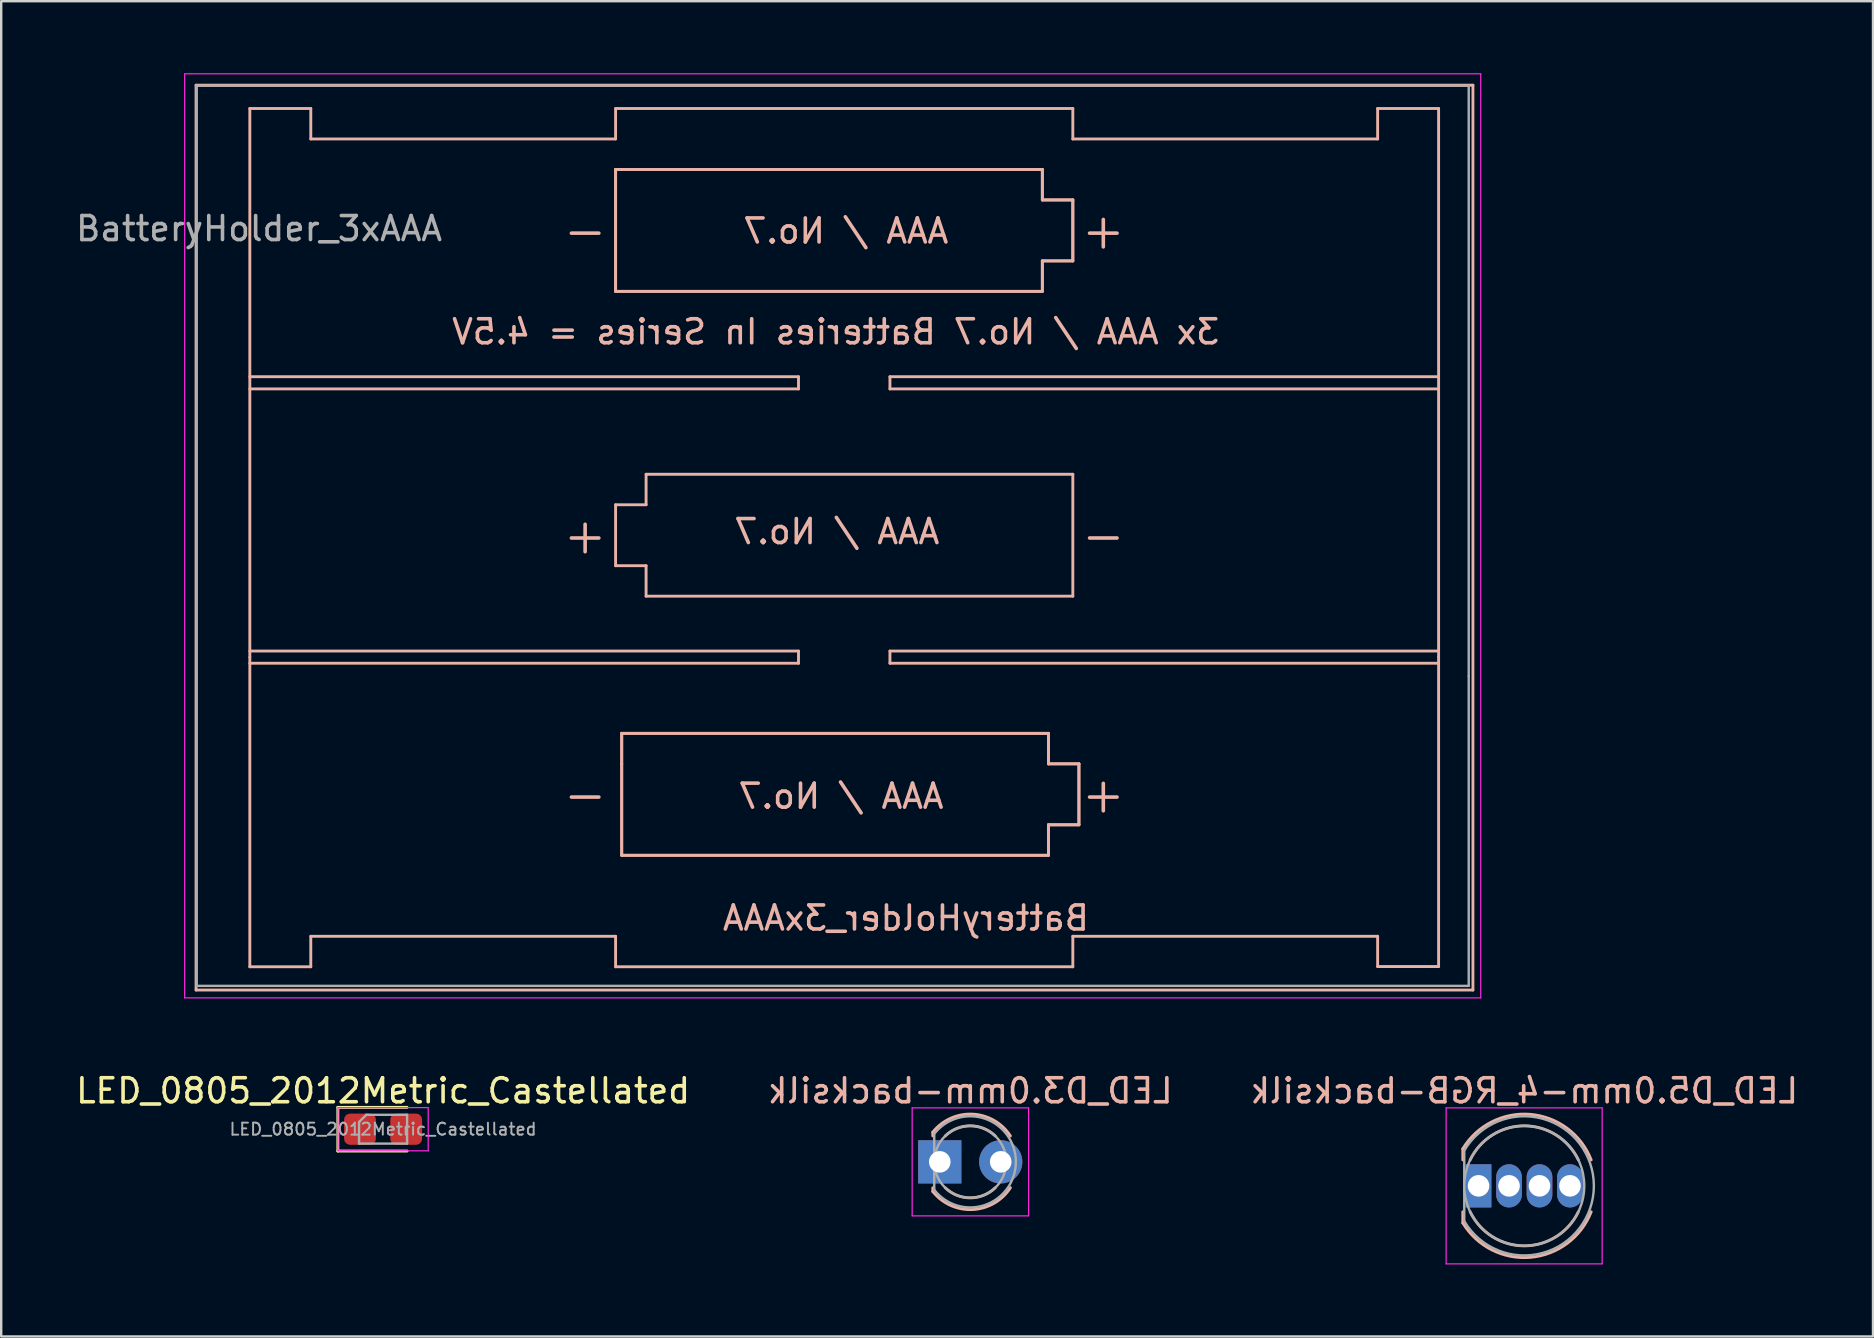
<source format=kicad_pcb>
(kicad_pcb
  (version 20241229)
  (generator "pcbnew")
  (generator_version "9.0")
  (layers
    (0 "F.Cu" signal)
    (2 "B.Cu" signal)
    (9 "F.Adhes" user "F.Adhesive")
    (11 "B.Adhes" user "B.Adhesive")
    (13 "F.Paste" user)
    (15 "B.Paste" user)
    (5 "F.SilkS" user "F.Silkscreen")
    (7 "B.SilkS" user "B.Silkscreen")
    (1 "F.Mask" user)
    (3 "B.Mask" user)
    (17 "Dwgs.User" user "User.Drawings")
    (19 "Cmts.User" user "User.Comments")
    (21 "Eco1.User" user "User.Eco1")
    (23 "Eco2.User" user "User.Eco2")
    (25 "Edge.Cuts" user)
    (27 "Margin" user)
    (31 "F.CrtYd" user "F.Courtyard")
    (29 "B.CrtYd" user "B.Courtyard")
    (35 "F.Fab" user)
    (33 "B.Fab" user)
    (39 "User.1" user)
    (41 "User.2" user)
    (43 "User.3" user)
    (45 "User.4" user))
  (footprint "BatteryHolder_3xAAA"
    (layer "F.Cu")
    (at 7.744 6.475)
    (property "Reference" "BatteryHolder_3xAAA" (at 26.95 28.725 0) (layer "B.SilkS") (effects (font (size 1 1) (thickness 0.15)) (justify mirror)))
    (attr through_hole)
    (fp_line (start -2.625 -5.975) (end 50.575 -5.975) (stroke (width 0.12) (type solid)) (layer "B.SilkS"))
    (fp_line (start -2.625 31.725) (end -2.625 -5.975) (stroke (width 0.12) (type solid)) (layer "B.SilkS"))
    (fp_line (start -0.385 -5.005) (end -0.385 17.855) (stroke (width 0.12) (type solid)) (layer "B.SilkS"))
    (fp_line (start -0.385 -5.005) (end 2.155 -5.005) (stroke (width 0.12) (type solid)) (layer "B.SilkS"))
    (fp_line (start -0.385 6.171) (end 22.475 6.171) (stroke (width 0.12) (type solid)) (layer "B.SilkS"))
    (fp_line (start -0.385 17.601) (end 22.475 17.601) (stroke (width 0.12) (type solid)) (layer "B.SilkS"))
    (fp_line (start -0.385 17.855) (end -0.385 30.755) (stroke (width 0.12) (type solid)) (layer "B.SilkS"))
    (fp_line (start -0.385 30.755) (end 2.155 30.755) (stroke (width 0.12) (type solid)) (layer "B.SilkS"))
    (fp_line (start 2.155 -5.005) (end 2.155 -3.735) (stroke (width 0.12) (type solid)) (layer "B.SilkS"))
    (fp_line (start 2.155 -3.735) (end 14.855 -3.735) (stroke (width 0.12) (type solid)) (layer "B.SilkS"))
    (fp_line (start 2.155 29.485) (end 14.855 29.485) (stroke (width 0.12) (type solid)) (layer "B.SilkS"))
    (fp_line (start 2.155 30.755) (end 2.155 29.485) (stroke (width 0.12) (type solid)) (layer "B.SilkS"))
    (fp_line (start 14.855 -5.005) (end 33.905 -5.005) (stroke (width 0.12) (type solid)) (layer "B.SilkS"))
    (fp_line (start 14.855 -3.735) (end 14.855 -5.005) (stroke (width 0.12) (type solid)) (layer "B.SilkS"))
    (fp_line (start 14.855 -2.465) (end 14.855 -1.195) (stroke (width 0.12) (type solid)) (layer "B.SilkS"))
    (fp_line (start 14.855 -2.465) (end 14.855 -1.195) (stroke (width 0.12) (type solid)) (layer "B.SilkS"))
    (fp_line (start 14.855 -1.195) (end 14.855 2.615) (stroke (width 0.12) (type solid)) (layer "B.SilkS"))
    (fp_line (start 14.855 -1.195) (end 14.855 2.615) (stroke (width 0.12) (type solid)) (layer "B.SilkS"))
    (fp_line (start 14.855 2.615) (end 32.635 2.615) (stroke (width 0.12) (type solid)) (layer "B.SilkS"))
    (fp_line (start 14.855 2.615) (end 32.635 2.615) (stroke (width 0.12) (type solid)) (layer "B.SilkS"))
    (fp_line (start 14.855 11.505) (end 14.855 14.045) (stroke (width 0.12) (type solid)) (layer "B.SilkS"))
    (fp_line (start 14.855 14.045) (end 16.125 14.045) (stroke (width 0.12) (type solid)) (layer "B.SilkS"))
    (fp_line (start 14.855 30.755) (end 14.855 29.485) (stroke (width 0.12) (type solid)) (layer "B.SilkS"))
    (fp_line (start 15.109 21.03) (end 15.109 22.3) (stroke (width 0.12) (type solid)) (layer "B.SilkS"))
    (fp_line (start 15.109 21.03) (end 15.109 22.3) (stroke (width 0.12) (type solid)) (layer "B.SilkS"))
    (fp_line (start 15.109 22.3) (end 15.109 26.11) (stroke (width 0.12) (type solid)) (layer "B.SilkS"))
    (fp_line (start 15.109 22.3) (end 15.109 26.11) (stroke (width 0.12) (type solid)) (layer "B.SilkS"))
    (fp_line (start 15.109 26.11) (end 32.889 26.11) (stroke (width 0.12) (type solid)) (layer "B.SilkS"))
    (fp_line (start 15.109 26.11) (end 32.889 26.11) (stroke (width 0.12) (type solid)) (layer "B.SilkS"))
    (fp_line (start 16.125 10.235) (end 16.125 11.505) (stroke (width 0.12) (type solid)) (layer "B.SilkS"))
    (fp_line (start 16.125 11.505) (end 14.855 11.505) (stroke (width 0.12) (type solid)) (layer "B.SilkS"))
    (fp_line (start 16.125 14.045) (end 16.125 15.315) (stroke (width 0.12) (type solid)) (layer "B.SilkS"))
    (fp_line (start 16.125 15.315) (end 33.905 15.315) (stroke (width 0.12) (type solid)) (layer "B.SilkS"))
    (fp_line (start 22.475 6.171) (end 22.475 6.679) (stroke (width 0.12) (type solid)) (layer "B.SilkS"))
    (fp_line (start 22.475 6.679) (end -0.385 6.679) (stroke (width 0.12) (type solid)) (layer "B.SilkS"))
    (fp_line (start 22.475 17.601) (end 22.475 18.109) (stroke (width 0.12) (type solid)) (layer "B.SilkS"))
    (fp_line (start 22.475 18.109) (end -0.385 18.109) (stroke (width 0.12) (type solid)) (layer "B.SilkS"))
    (fp_line (start 26.285 6.171) (end 26.285 6.679) (stroke (width 0.12) (type solid)) (layer "B.SilkS"))
    (fp_line (start 26.285 6.679) (end 49.145 6.679) (stroke (width 0.12) (type solid)) (layer "B.SilkS"))
    (fp_line (start 26.285 17.601) (end 26.285 18.109) (stroke (width 0.12) (type solid)) (layer "B.SilkS"))
    (fp_line (start 26.285 18.109) (end 49.145 18.109) (stroke (width 0.12) (type solid)) (layer "B.SilkS"))
    (fp_line (start 32.635 -2.465) (end 14.855 -2.465) (stroke (width 0.12) (type solid)) (layer "B.SilkS"))
    (fp_line (start 32.635 -2.465) (end 14.855 -2.465) (stroke (width 0.12) (type solid)) (layer "B.SilkS"))
    (fp_line (start 32.635 -1.195) (end 32.635 -2.465) (stroke (width 0.12) (type solid)) (layer "B.SilkS"))
    (fp_line (start 32.635 -1.195) (end 32.635 -2.465) (stroke (width 0.12) (type solid)) (layer "B.SilkS"))
    (fp_line (start 32.635 1.345) (end 33.905 1.345) (stroke (width 0.12) (type solid)) (layer "B.SilkS"))
    (fp_line (start 32.635 1.345) (end 33.905 1.345) (stroke (width 0.12) (type solid)) (layer "B.SilkS"))
    (fp_line (start 32.635 2.615) (end 32.635 1.345) (stroke (width 0.12) (type solid)) (layer "B.SilkS"))
    (fp_line (start 32.635 2.615) (end 32.635 1.345) (stroke (width 0.12) (type solid)) (layer "B.SilkS"))
    (fp_line (start 32.889 21.03) (end 15.109 21.03) (stroke (width 0.12) (type solid)) (layer "B.SilkS"))
    (fp_line (start 32.889 21.03) (end 15.109 21.03) (stroke (width 0.12) (type solid)) (layer "B.SilkS"))
    (fp_line (start 32.889 22.3) (end 32.889 21.03) (stroke (width 0.12) (type solid)) (layer "B.SilkS"))
    (fp_line (start 32.889 22.3) (end 32.889 21.03) (stroke (width 0.12) (type solid)) (layer "B.SilkS"))
    (fp_line (start 32.889 24.84) (end 34.159 24.84) (stroke (width 0.12) (type solid)) (layer "B.SilkS"))
    (fp_line (start 32.889 24.84) (end 34.159 24.84) (stroke (width 0.12) (type solid)) (layer "B.SilkS"))
    (fp_line (start 32.889 26.11) (end 32.889 24.84) (stroke (width 0.12) (type solid)) (layer "B.SilkS"))
    (fp_line (start 32.889 26.11) (end 32.889 24.84) (stroke (width 0.12) (type solid)) (layer "B.SilkS"))
    (fp_line (start 33.905 -5.005) (end 33.905 -3.735) (stroke (width 0.12) (type solid)) (layer "B.SilkS"))
    (fp_line (start 33.905 -1.195) (end 32.635 -1.195) (stroke (width 0.12) (type solid)) (layer "B.SilkS"))
    (fp_line (start 33.905 -1.195) (end 32.635 -1.195) (stroke (width 0.12) (type solid)) (layer "B.SilkS"))
    (fp_line (start 33.905 1.345) (end 33.905 -1.195) (stroke (width 0.12) (type solid)) (layer "B.SilkS"))
    (fp_line (start 33.905 1.345) (end 33.905 -1.195) (stroke (width 0.12) (type solid)) (layer "B.SilkS"))
    (fp_line (start 33.905 10.235) (end 16.125 10.235) (stroke (width 0.12) (type solid)) (layer "B.SilkS"))
    (fp_line (start 33.905 15.315) (end 33.905 10.235) (stroke (width 0.12) (type solid)) (layer "B.SilkS"))
    (fp_line (start 33.905 29.485) (end 33.905 30.755) (stroke (width 0.12) (type solid)) (layer "B.SilkS"))
    (fp_line (start 33.905 30.755) (end 14.855 30.755) (stroke (width 0.12) (type solid)) (layer "B.SilkS"))
    (fp_line (start 34.159 22.3) (end 32.889 22.3) (stroke (width 0.12) (type solid)) (layer "B.SilkS"))
    (fp_line (start 34.159 22.3) (end 32.889 22.3) (stroke (width 0.12) (type solid)) (layer "B.SilkS"))
    (fp_line (start 34.159 24.84) (end 34.159 22.3) (stroke (width 0.12) (type solid)) (layer "B.SilkS"))
    (fp_line (start 34.159 24.84) (end 34.159 22.3) (stroke (width 0.12) (type solid)) (layer "B.SilkS"))
    (fp_line (start 46.605 -5.005) (end 49.145 -5.005) (stroke (width 0.12) (type solid)) (layer "B.SilkS"))
    (fp_line (start 46.605 -3.735) (end 33.905 -3.735) (stroke (width 0.12) (type solid)) (layer "B.SilkS"))
    (fp_line (start 46.605 -3.735) (end 46.605 -5.005) (stroke (width 0.12) (type solid)) (layer "B.SilkS"))
    (fp_line (start 46.605 29.485) (end 33.905 29.485) (stroke (width 0.12) (type solid)) (layer "B.SilkS"))
    (fp_line (start 46.605 30.745) (end 46.605 29.485) (stroke (width 0.12) (type solid)) (layer "B.SilkS"))
    (fp_line (start 49.145 -5.005) (end 49.145 17.855) (stroke (width 0.12) (type solid)) (layer "B.SilkS"))
    (fp_line (start 49.145 6.171) (end 26.285 6.171) (stroke (width 0.12) (type solid)) (layer "B.SilkS"))
    (fp_line (start 49.145 17.601) (end 26.285 17.601) (stroke (width 0.12) (type solid)) (layer "B.SilkS"))
    (fp_line (start 49.145 17.855) (end 49.145 30.745) (stroke (width 0.12) (type solid)) (layer "B.SilkS"))
    (fp_line (start 49.145 30.745) (end 46.605 30.745) (stroke (width 0.12) (type solid)) (layer "B.SilkS"))
    (fp_line (start 50.575 -5.975) (end 50.575 31.725) (stroke (width 0.12) (type solid)) (layer "B.SilkS"))
    (fp_line (start 50.575 31.725) (end -2.625 31.725) (stroke (width 0.12) (type solid)) (layer "B.SilkS"))
    (fp_line (start -3.1 -6.45) (end 50.9 -6.45) (stroke (width 0.05) (type solid)) (layer "F.CrtYd"))
    (fp_line (start -3.1 32.05) (end -3.1 -6.45) (stroke (width 0.05) (type solid)) (layer "F.CrtYd"))
    (fp_line (start 50.9 -6.45) (end 50.9 32.05) (stroke (width 0.05) (type solid)) (layer "F.CrtYd"))
    (fp_line (start 50.9 32.05) (end -3.1 32.05) (stroke (width 0.05) (type solid)) (layer "F.CrtYd"))
    (fp_line (start -2.6 -5.95) (end 50.4 -5.95) (stroke (width 0.1) (type solid)) (layer "F.Fab"))
    (fp_line (start -2.6 6.35) (end -2.6 -5.95) (stroke (width 0.1) (type solid)) (layer "F.Fab"))
    (fp_line (start -2.6 18.65) (end -2.6 6.35) (stroke (width 0.1) (type solid)) (layer "F.Fab"))
    (fp_line (start -2.6 18.65) (end -2.6 31.55) (stroke (width 0.1) (type solid)) (layer "F.Fab"))
    (fp_line (start -2.6 31.55) (end 50.4 31.55) (stroke (width 0.1) (type solid)) (layer "F.Fab"))
    (fp_line (start 50.4 18.65) (end 50.4 -5.95) (stroke (width 0.1) (type solid)) (layer "F.Fab"))
    (fp_line (start 50.4 18.65) (end 50.4 31.55) (stroke (width 0.1) (type solid)) (layer "F.Fab"))
    (fp_text user "+" (at 13.585 12.775 180) (layer "B.SilkS") (effects (font (size 1.5 1.5) (thickness 0.15)) (justify mirror)))
    (fp_text user "+" (at 35.175 0.075 180) (layer "B.SilkS") (effects (font (size 1.5 1.5) (thickness 0.15)) (justify mirror)))
    (fp_text user "-" (at 13.585 23.57 180) (layer "B.SilkS") (effects (font (size 1.5 1.5) (thickness 0.15)) (justify mirror)))
    (fp_text user "AAA / No.7" (at 24.45 0.1 180) (layer "B.SilkS") (effects (font (size 1 1) (thickness 0.15)) (justify mirror)))
    (fp_text user "AAA / No.7" (at 24.25 23.65 180) (layer "B.SilkS") (effects (font (size 1 1) (thickness 0.15)) (justify mirror)))
    (fp_text user "+" (at 35.175 23.57 180) (layer "B.SilkS") (effects (font (size 1.5 1.5) (thickness 0.15)) (justify mirror)))
    (fp_text user "3x AAA / No.7 Batteries In Series = 4.5V" (at 24.025 4.3 180) (layer "B.SilkS") (effects (font (size 1 1) (thickness 0.15)) (justify mirror)))
    (fp_text user "AAA / No.7" (at 24.075 12.625 180) (layer "B.SilkS") (effects (font (size 1 1) (thickness 0.15)) (justify mirror)))
    (fp_text user "-" (at 13.585 0.075 180) (layer "B.SilkS") (effects (font (size 1.5 1.5) (thickness 0.15)) (justify mirror)))
    (fp_text user "-" (at 35.175 12.775 180) (layer "B.SilkS") (effects (font (size 1.5 1.5) (thickness 0.15)) (justify mirror)))
    (fp_text user "${REFERENCE}" (at 0 0 0) (layer "F.Fab") (effects (font (size 1 1) (thickness 0.15)))))
  (footprint "LED_0805_2012Metric_Castellated"
    (layer "F.Cu")
    (at 12.911 43.998)
    (property "Reference" "LED_0805_2012Metric_Castellated" (at 0 -1.6 0) (layer "F.SilkS") (effects (font (size 1 1) (thickness 0.15))))
    (attr smd)
    (fp_line (start -1.885 -0.91) (end -1.885 0.91) (stroke (width 0.12) (type solid)) (layer "F.SilkS"))
    (fp_line (start -1.885 0.91) (end 1 0.91) (stroke (width 0.12) (type solid)) (layer "F.SilkS"))
    (fp_line (start 1 -0.91) (end -1.885 -0.91) (stroke (width 0.12) (type solid)) (layer "F.SilkS"))
    (fp_line (start -1.88 -0.9) (end 1.88 -0.9) (stroke (width 0.05) (type solid)) (layer "F.CrtYd"))
    (fp_line (start -1.88 0.9) (end -1.88 -0.9) (stroke (width 0.05) (type solid)) (layer "F.CrtYd"))
    (fp_line (start 1.88 -0.9) (end 1.88 0.9) (stroke (width 0.05) (type solid)) (layer "F.CrtYd"))
    (fp_line (start 1.88 0.9) (end -1.88 0.9) (stroke (width 0.05) (type solid)) (layer "F.CrtYd"))
    (fp_line (start -1 -0.3) (end -1 0.6) (stroke (width 0.1) (type solid)) (layer "F.Fab"))
    (fp_line (start -1 0.6) (end 1 0.6) (stroke (width 0.1) (type solid)) (layer "F.Fab"))
    (fp_line (start -0.7 -0.6) (end -1 -0.3) (stroke (width 0.1) (type solid)) (layer "F.Fab"))
    (fp_line (start 1 -0.6) (end -0.7 -0.6) (stroke (width 0.1) (type solid)) (layer "F.Fab"))
    (fp_line (start 1 0.6) (end 1 -0.6) (stroke (width 0.1) (type solid)) (layer "F.Fab"))
    (fp_text user "${REFERENCE}" (at 0 0 0) (layer "F.Fab") (effects (font (size 0.5 0.5) (thickness 0.08))))
    (pad "1" smd roundrect (at -0.963 0) (size 1.325 1.3) (layers "F.Cu" "F.Mask" "F.Paste") (roundrect_rratio 0.192))
    (pad "2" smd roundrect (at 0.963 0) (size 1.325 1.3) (layers "F.Cu" "F.Mask" "F.Paste") (roundrect_rratio 0.192)))
  (footprint "LED_D5.0mm-4_RGB-backsilk"
    (layer "F.Cu")
    (at 58.553 46.358)
    (property "Reference" "LED_D5.0mm-4_RGB-backsilk" (at 1.905 -3.96 0) (layer "B.SilkS") (effects (font (size 1 1) (thickness 0.15)) (justify mirror)))
    (attr through_hole)
    (fp_line (start -0.655 -1.545) (end -0.655 -1.08) (stroke (width 0.12) (type solid)) (layer "B.SilkS"))
    (fp_line (start -0.655 1.08) (end -0.655 1.545) (stroke (width 0.12) (type solid)) (layer "B.SilkS"))
    (fp_arc (start -0.655 -1.54483) (mid 2.163456 -2.978809) (end 4.692815 -1.080827) (stroke (width 0.12) (type solid)) (layer "B.SilkS"))
    (fp_arc (start -0.349684 -1.08) (mid 1.904762 -2.5) (end 4.159479 -1.080429) (stroke (width 0.12) (type solid)) (layer "B.SilkS"))
    (fp_arc (start 4.159479 1.080429) (mid 1.904762 2.5) (end -0.349684 1.08) (stroke (width 0.12) (type solid)) (layer "B.SilkS"))
    (fp_arc (start 4.692815 1.080827) (mid 2.163456 2.978808) (end -0.655 1.54483) (stroke (width 0.12) (type solid)) (layer "B.SilkS"))
    (fp_line (start -1.35 -3.25) (end -1.35 3.25) (stroke (width 0.05) (type solid)) (layer "F.CrtYd"))
    (fp_line (start -1.35 3.25) (end 5.15 3.25) (stroke (width 0.05) (type solid)) (layer "F.CrtYd"))
    (fp_line (start 5.15 -3.25) (end -1.35 -3.25) (stroke (width 0.05) (type solid)) (layer "F.CrtYd"))
    (fp_line (start 5.15 3.25) (end 5.15 -3.25) (stroke (width 0.05) (type solid)) (layer "F.CrtYd"))
    (fp_line (start -0.595 -1.47) (end -0.595 1.47) (stroke (width 0.1) (type solid)) (layer "F.Fab"))
    (fp_arc (start -0.595 -1.469694) (mid 4.805 0.000016) (end -0.595016 1.469666) (stroke (width 0.1) (type solid)) (layer "F.Fab"))
    (fp_circle (center 1.905 0) (end 4.405 0) (stroke (width 0.1) (type solid)) (fill no) (layer "F.Fab"))
    (pad "1" thru_hole rect (at 0 0) (size 1.07 1.8) (drill 0.9) (layers "*.Cu" "*.Mask"))
    (pad "2" thru_hole oval (at 1.27 0) (size 1.07 1.8) (drill 0.9) (layers "*.Cu" "*.Mask"))
    (pad "3" thru_hole oval (at 2.54 0) (size 1.07 1.8) (drill 0.9) (layers "*.Cu" "*.Mask"))
    (pad "4" thru_hole oval (at 3.81 0) (size 1.07 1.8) (drill 0.9) (layers "*.Cu" "*.Mask")))
  (footprint "LED_D3.0mm-backsilk"
    (layer "F.Cu")
    (at 36.105 45.358)
    (property "Reference" "LED_D3.0mm-backsilk" (at 1.27 -2.96 0) (layer "B.SilkS") (effects (font (size 1 1) (thickness 0.15)) (justify mirror)))
    (attr through_hole)
    (fp_line (start -0.29 -1.236) (end -0.29 -1.08) (stroke (width 0.12) (type solid)) (layer "B.SilkS"))
    (fp_line (start -0.29 1.08) (end -0.29 1.236) (stroke (width 0.12) (type solid)) (layer "B.SilkS"))
    (fp_arc (start -0.29 -1.235516) (mid 1.366487 -1.987659) (end 2.942335 -1.078608) (stroke (width 0.12) (type solid)) (layer "B.SilkS"))
    (fp_arc (start 0.229039 -1.08) (mid 1.270117 -1.5) (end 2.31113 -1.079837) (stroke (width 0.12) (type solid)) (layer "B.SilkS"))
    (fp_arc (start 2.31113 1.079837) (mid 1.270117 1.5) (end 0.229039 1.08) (stroke (width 0.12) (type solid)) (layer "B.SilkS"))
    (fp_arc (start 2.942335 1.078608) (mid 1.366487 1.987659) (end -0.29 1.235516) (stroke (width 0.12) (type solid)) (layer "B.SilkS"))
    (fp_line (start -1.15 -2.25) (end -1.15 2.25) (stroke (width 0.05) (type solid)) (layer "F.CrtYd"))
    (fp_line (start -1.15 2.25) (end 3.7 2.25) (stroke (width 0.05) (type solid)) (layer "F.CrtYd"))
    (fp_line (start 3.7 -2.25) (end -1.15 -2.25) (stroke (width 0.05) (type solid)) (layer "F.CrtYd"))
    (fp_line (start 3.7 2.25) (end 3.7 -2.25) (stroke (width 0.05) (type solid)) (layer "F.CrtYd"))
    (fp_line (start -0.23 -1.166) (end -0.23 1.166) (stroke (width 0.1) (type solid)) (layer "F.Fab"))
    (fp_arc (start -0.23 -1.16619) (mid 3.17 0.000452) (end -0.230555 1.165476) (stroke (width 0.1) (type solid)) (layer "F.Fab"))
    (fp_circle (center 1.27 0) (end 2.77 0) (stroke (width 0.1) (type solid)) (fill no) (layer "F.Fab"))
    (pad "1" thru_hole rect (at 0 0) (size 1.8 1.8) (drill 0.9) (layers "*.Cu" "*.Mask"))
    (pad "2" thru_hole circle (at 2.54 0) (size 1.8 1.8) (drill 0.9) (layers "*.Cu" "*.Mask")))
  (gr_rect
    (start -3 -3)
    (end 74.988 52.633)
    (stroke (width 0.1) (type default))
    (fill no)
    (layer "Edge.Cuts")))
</source>
